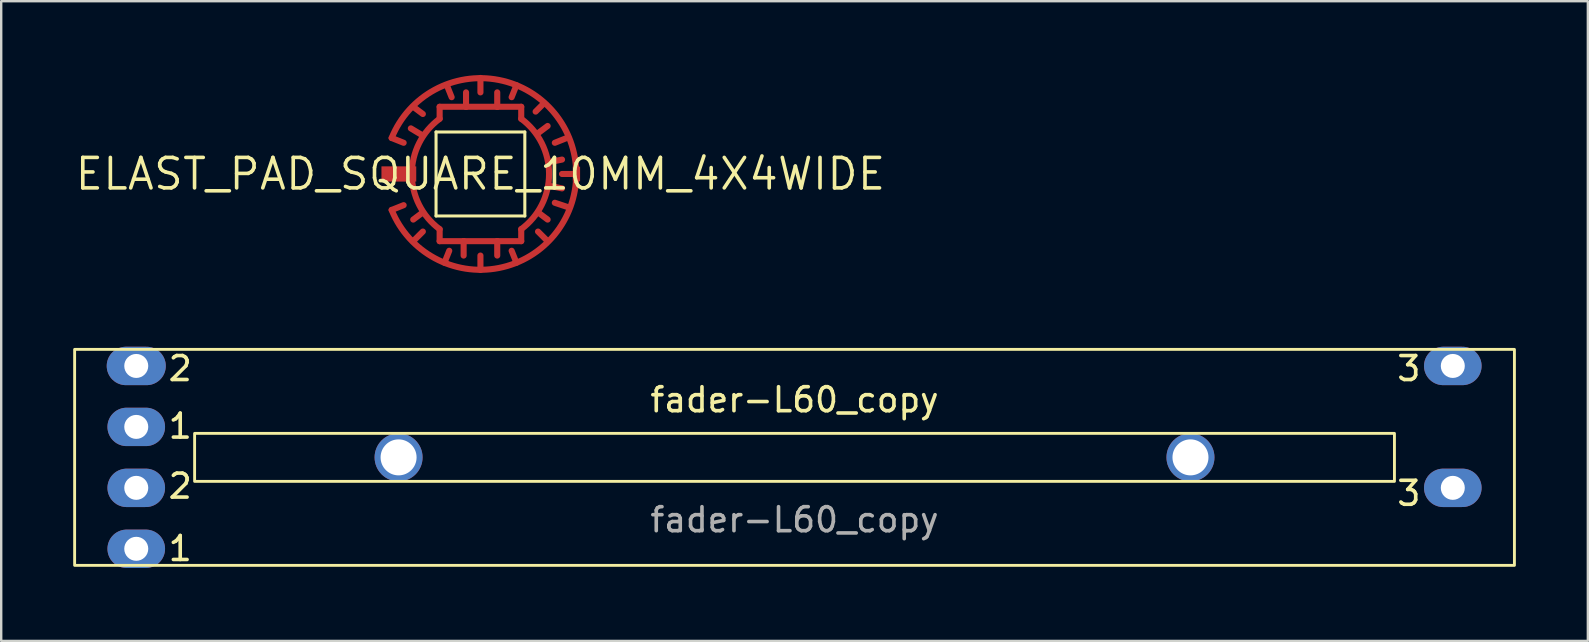
<source format=kicad_pcb>
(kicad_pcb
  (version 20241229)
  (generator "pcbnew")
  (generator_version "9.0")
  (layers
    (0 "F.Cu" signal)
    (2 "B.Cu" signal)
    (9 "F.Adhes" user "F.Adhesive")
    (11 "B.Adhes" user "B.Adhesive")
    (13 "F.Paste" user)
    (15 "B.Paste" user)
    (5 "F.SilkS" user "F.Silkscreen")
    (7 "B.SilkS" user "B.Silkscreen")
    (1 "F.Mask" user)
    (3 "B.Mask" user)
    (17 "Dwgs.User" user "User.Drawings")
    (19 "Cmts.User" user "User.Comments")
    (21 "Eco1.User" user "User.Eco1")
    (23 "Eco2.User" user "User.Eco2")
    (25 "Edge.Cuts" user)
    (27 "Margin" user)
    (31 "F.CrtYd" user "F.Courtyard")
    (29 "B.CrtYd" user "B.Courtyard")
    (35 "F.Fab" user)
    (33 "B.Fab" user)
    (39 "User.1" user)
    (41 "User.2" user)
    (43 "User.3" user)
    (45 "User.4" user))
  (footprint "ELAST_PAD_SQUARE_10MM_4X4WIDE"
    (layer "F.Cu")
    (at 16.971 4.2)
    (property "Reference" "ELAST_PAD_SQUARE_10MM_4X4WIDE" (at 0 0 180) (layer "F.SilkS") (effects (font (size 1.27 1.27) (thickness 0.15))))
    (fp_line (start -3.7 -1.5) (end -3.2 -1.3) (stroke (width 0.254) (type solid)) (layer "F.Cu"))
    (fp_line (start -3.7 1.5) (end -3.2 1.3) (stroke (width 0.254) (type solid)) (layer "F.Cu"))
    (fp_line (start -2.8 -2.8) (end -2.4 -2.5) (stroke (width 0.254) (type solid)) (layer "F.Cu"))
    (fp_line (start -2.8 2.8) (end -2.4 2.4) (stroke (width 0.254) (type solid)) (layer "F.Cu"))
    (fp_line (start -2.4 -1.6) (end -2.9 -1.9) (stroke (width 0.254) (type solid)) (layer "F.Cu"))
    (fp_line (start -2.4 1.6) (end -2.8 1.9) (stroke (width 0.254) (type solid)) (layer "F.Cu"))
    (fp_line (start -1.7 -2.3) (end -1.7 -2.8) (stroke (width 0.254) (type solid)) (layer "F.Cu"))
    (fp_line (start -1.7 2.3) (end -1.7 2.8) (stroke (width 0.254) (type solid)) (layer "F.Cu"))
    (fp_line (start -1.5 3.7) (end -1.3 3.2) (stroke (width 0.254) (type solid)) (layer "F.Cu"))
    (fp_line (start -1.4 -3.7) (end -1.2 -3.2) (stroke (width 0.254) (type solid)) (layer "F.Cu"))
    (fp_line (start -0.7 2.8) (end -1.7 2.8) (stroke (width 0.254) (type solid)) (layer "F.Cu"))
    (fp_line (start -0.7 2.8) (end -0.7 3.4) (stroke (width 0.254) (type solid)) (layer "F.Cu"))
    (fp_line (start -0.6 -2.8) (end -1.7 -2.8) (stroke (width 0.254) (type solid)) (layer "F.Cu"))
    (fp_line (start -0.6 -2.8) (end -0.6 -3.4) (stroke (width 0.254) (type solid)) (layer "F.Cu"))
    (fp_line (start 0 -4) (end 0 -3.4) (stroke (width 0.254) (type solid)) (layer "F.Cu"))
    (fp_line (start 0 4) (end 0 3.4) (stroke (width 0.254) (type solid)) (layer "F.Cu"))
    (fp_line (start 0.7 -2.8) (end -0.6 -2.8) (stroke (width 0.254) (type solid)) (layer "F.Cu"))
    (fp_line (start 0.7 -2.8) (end 0.7 -3.4) (stroke (width 0.254) (type solid)) (layer "F.Cu"))
    (fp_line (start 0.7 2.8) (end -0.7 2.8) (stroke (width 0.254) (type solid)) (layer "F.Cu"))
    (fp_line (start 0.7 2.8) (end 0.7 3.4) (stroke (width 0.254) (type solid)) (layer "F.Cu"))
    (fp_line (start 1.5 -3.7) (end 1.3 -3.2) (stroke (width 0.254) (type solid)) (layer "F.Cu"))
    (fp_line (start 1.5 3.7) (end 1.3 3.2) (stroke (width 0.254) (type solid)) (layer "F.Cu"))
    (fp_line (start 1.7 -2.8) (end 0.7 -2.8) (stroke (width 0.254) (type solid)) (layer "F.Cu"))
    (fp_line (start 1.7 -2.3) (end 1.7 -2.8) (stroke (width 0.254) (type solid)) (layer "F.Cu"))
    (fp_line (start 1.7 2.3) (end 1.7 2.8) (stroke (width 0.254) (type solid)) (layer "F.Cu"))
    (fp_line (start 1.7 2.8) (end 0.7 2.8) (stroke (width 0.254) (type solid)) (layer "F.Cu"))
    (fp_line (start 2.4 -1.7) (end 2.8 -2) (stroke (width 0.254) (type solid)) (layer "F.Cu"))
    (fp_line (start 2.4 1.6) (end 2.8 1.9) (stroke (width 0.254) (type solid)) (layer "F.Cu"))
    (fp_line (start 2.6 -2.9) (end 2.3 -2.6) (stroke (width 0.254) (type solid)) (layer "F.Cu"))
    (fp_line (start 2.8 2.8) (end 2.4 2.4) (stroke (width 0.254) (type solid)) (layer "F.Cu"))
    (fp_line (start 2.9 -0.5) (end 3.4 -0.6) (stroke (width 0.254) (type solid)) (layer "F.Cu"))
    (fp_line (start 2.9 0.5) (end 3.4 0.6) (stroke (width 0.254) (type solid)) (layer "F.Cu"))
    (fp_line (start 3.6 -1.5) (end 3.1 -1.3) (stroke (width 0.254) (type solid)) (layer "F.Cu"))
    (fp_line (start 3.7 1.4) (end 3.1 1.2) (stroke (width 0.254) (type solid)) (layer "F.Cu"))
    (fp_line (start 4 0) (end 3.4 0) (stroke (width 0.254) (type solid)) (layer "F.Cu"))
    (fp_arc (start -3.7 -1.5) (mid 3.992493 0) (end -3.7 1.5) (stroke (width 0.254) (type solid)) (layer "F.Cu"))
    (fp_arc (start -1.7 2.3) (mid -2.86007 0) (end -1.7 -2.3) (stroke (width 0.254) (type solid)) (layer "F.Cu"))
    (fp_arc (start 1.7 -2.3) (mid 2.86007 0) (end 1.7 2.3) (stroke (width 0.254) (type solid)) (layer "F.Cu"))
    (fp_circle (center 0 0) (end 3.421 0) (stroke (width 1.4) (type solid)) (fill no) (layer "F.Mask"))
    (fp_line (start -1.85 -1.75) (end -1.85 1.75) (stroke (width 0.127) (type solid)) (layer "F.SilkS"))
    (fp_line (start -1.85 1.75) (end 1.85 1.75) (stroke (width 0.127) (type solid)) (layer "F.SilkS"))
    (fp_line (start 1.85 -1.75) (end -1.85 -1.75) (stroke (width 0.127) (type solid)) (layer "F.SilkS"))
    (fp_line (start 1.85 1.75) (end 1.85 -1.75) (stroke (width 0.127) (type solid)) (layer "F.SilkS"))
    (pad "P$1" smd rect (at -3.4 0) (size 1.45 0.635) (layers "F.Cu" "F.Mask"))
    (pad "P$2" smd rect (at 4 0 90) (size 0.61 0.305) (layers "F.Cu" "F.Mask"))
    (zone (net_name "") (layer "F.Cu") (hatch edge 0.508) (connect_pads) (min_thickness 0.254) (filled_areas_thickness no) (keepout (tracks not_allowed) (vias not_allowed) (pads not_allowed) (copperpour not_allowed) (footprints allowed)) (placement (enabled no)) (fill) (polygon (pts (xy 21.171 4.2) (xy 21.107 3.471) (xy 20.918 2.764) (xy 20.608 2.1) (xy 20.188 1.5) (xy 19.671 0.983) (xy 19.071 0.563) (xy 18.407 0.253) (xy 17.7 0.064) (xy 16.971 0) (xy 16.242 0.064) (xy 15.534 0.253) (xy 14.871 0.563) (xy 14.271 0.983) (xy 13.753 1.5) (xy 13.334 2.1) (xy 13.024 2.764) (xy 12.835 3.471) (xy 12.771 4.2) (xy 12.835 4.929) (xy 13.024 5.636) (xy 13.334 6.3) (xy 13.753 6.9) (xy 14.271 7.417) (xy 14.871 7.837) (xy 15.534 8.147) (xy 16.242 8.336) (xy 16.971 8.4) (xy 17.7 8.336) (xy 18.407 8.147) (xy 19.071 7.837) (xy 19.671 7.417) (xy 20.188 6.9) (xy 20.608 6.3) (xy 20.918 5.636) (xy 21.107 4.929))) (polygon (pts (xy 19.671 4.2) (xy 19.63 3.731) (xy 19.508 3.277) (xy 19.309 2.85) (xy 19.039 2.464) (xy 18.706 2.132) (xy 18.321 1.862) (xy 17.894 1.663) (xy 17.44 1.541) (xy 16.971 1.5) (xy 16.502 1.541) (xy 16.047 1.663) (xy 15.621 1.862) (xy 15.235 2.132) (xy 14.903 2.464) (xy 14.633 2.85) (xy 14.434 3.277) (xy 14.312 3.731) (xy 14.271 4.2) (xy 14.312 4.669) (xy 14.434 5.123) (xy 14.633 5.55) (xy 14.903 5.936) (xy 15.235 6.268) (xy 15.621 6.538) (xy 16.047 6.737) (xy 16.502 6.859) (xy 16.971 6.9) (xy 17.44 6.859) (xy 17.894 6.737) (xy 18.321 6.538) (xy 18.706 6.268) (xy 19.039 5.936) (xy 19.309 5.55) (xy 19.508 5.123) (xy 19.63 4.669)))))
  (footprint "fader-L60_copy"
    (layer "F.Cu")
    (at 30.06 16.01)
    (property "Reference" "fader-L60_copy" (at 0 -2.4 0) (unlocked yes) (layer "F.SilkS") (effects (font (size 1 1) (thickness 0.15))))
    (fp_rect (start -30 -4.5) (end 30 4.5) (stroke (width 0.12) (type solid)) (fill no) (layer "F.SilkS"))
    (fp_rect (start -25 -1) (end 25 1) (stroke (width 0.12) (type solid)) (fill no) (layer "F.SilkS"))
    (fp_text user "2" (at -25.6 -3.7 0) (unlocked yes) (layer "F.SilkS") (effects (font (size 1 1) (thickness 0.15))))
    (fp_text user "1" (at -25.6 -1.3 0) (unlocked yes) (layer "F.SilkS") (effects (font (size 1 1) (thickness 0.15))))
    (fp_text user "3" (at 25.6 1.5 0) (unlocked yes) (layer "F.SilkS") (effects (font (size 1 1) (thickness 0.15))))
    (fp_text user "3" (at 25.6 -3.7 0) (unlocked yes) (layer "F.SilkS") (effects (font (size 1 1) (thickness 0.15))))
    (fp_text user "2" (at -25.6 1.2 0) (unlocked yes) (layer "F.SilkS") (effects (font (size 1 1) (thickness 0.15))))
    (fp_text user "1" (at -25.6 3.8 0) (unlocked yes) (layer "F.SilkS") (effects (font (size 1 1) (thickness 0.15))))
    (fp_text user "${REFERENCE}" (at 0 2.6 0) (unlocked yes) (layer "F.Fab") (effects (font (size 1 1) (thickness 0.15))))
    (pad "" thru_hole circle (at -16.5 0) (size 2 2) (drill 1.5) (layers "*.Cu" "*.Mask"))
    (pad "" thru_hole circle (at 16.5 0) (size 2 2) (drill 1.5) (layers "*.Cu" "*.Mask"))
    (pad "1" thru_hole oval (at -27.432 -1.27) (size 2.4 1.6) (drill 1) (layers "*.Cu" "*.Mask"))
    (pad "1" thru_hole oval (at -27.432 3.81) (size 2.4 1.6) (drill 1) (layers "*.Cu" "*.Mask"))
    (pad "2" thru_hole oval (at -27.432 -3.81) (size 2.462 1.6) (drill 1) (layers "*.Cu" "*.Mask"))
    (pad "2" thru_hole oval (at -27.432 1.27) (size 2.4 1.6) (drill 1) (layers "*.Cu" "*.Mask"))
    (pad "3" thru_hole oval (at 27.432 -3.81) (size 2.4 1.6) (drill 1) (layers "*.Cu" "*.Mask"))
    (pad "3" thru_hole oval (at 27.432 1.27) (size 2.4 1.6) (drill 1) (layers "*.Cu" "*.Mask")))
  (gr_rect
    (start -3 -3)
    (end 63.12 23.658)
    (stroke (width 0.1) (type default))
    (fill no)
    (layer "Edge.Cuts")))
</source>
